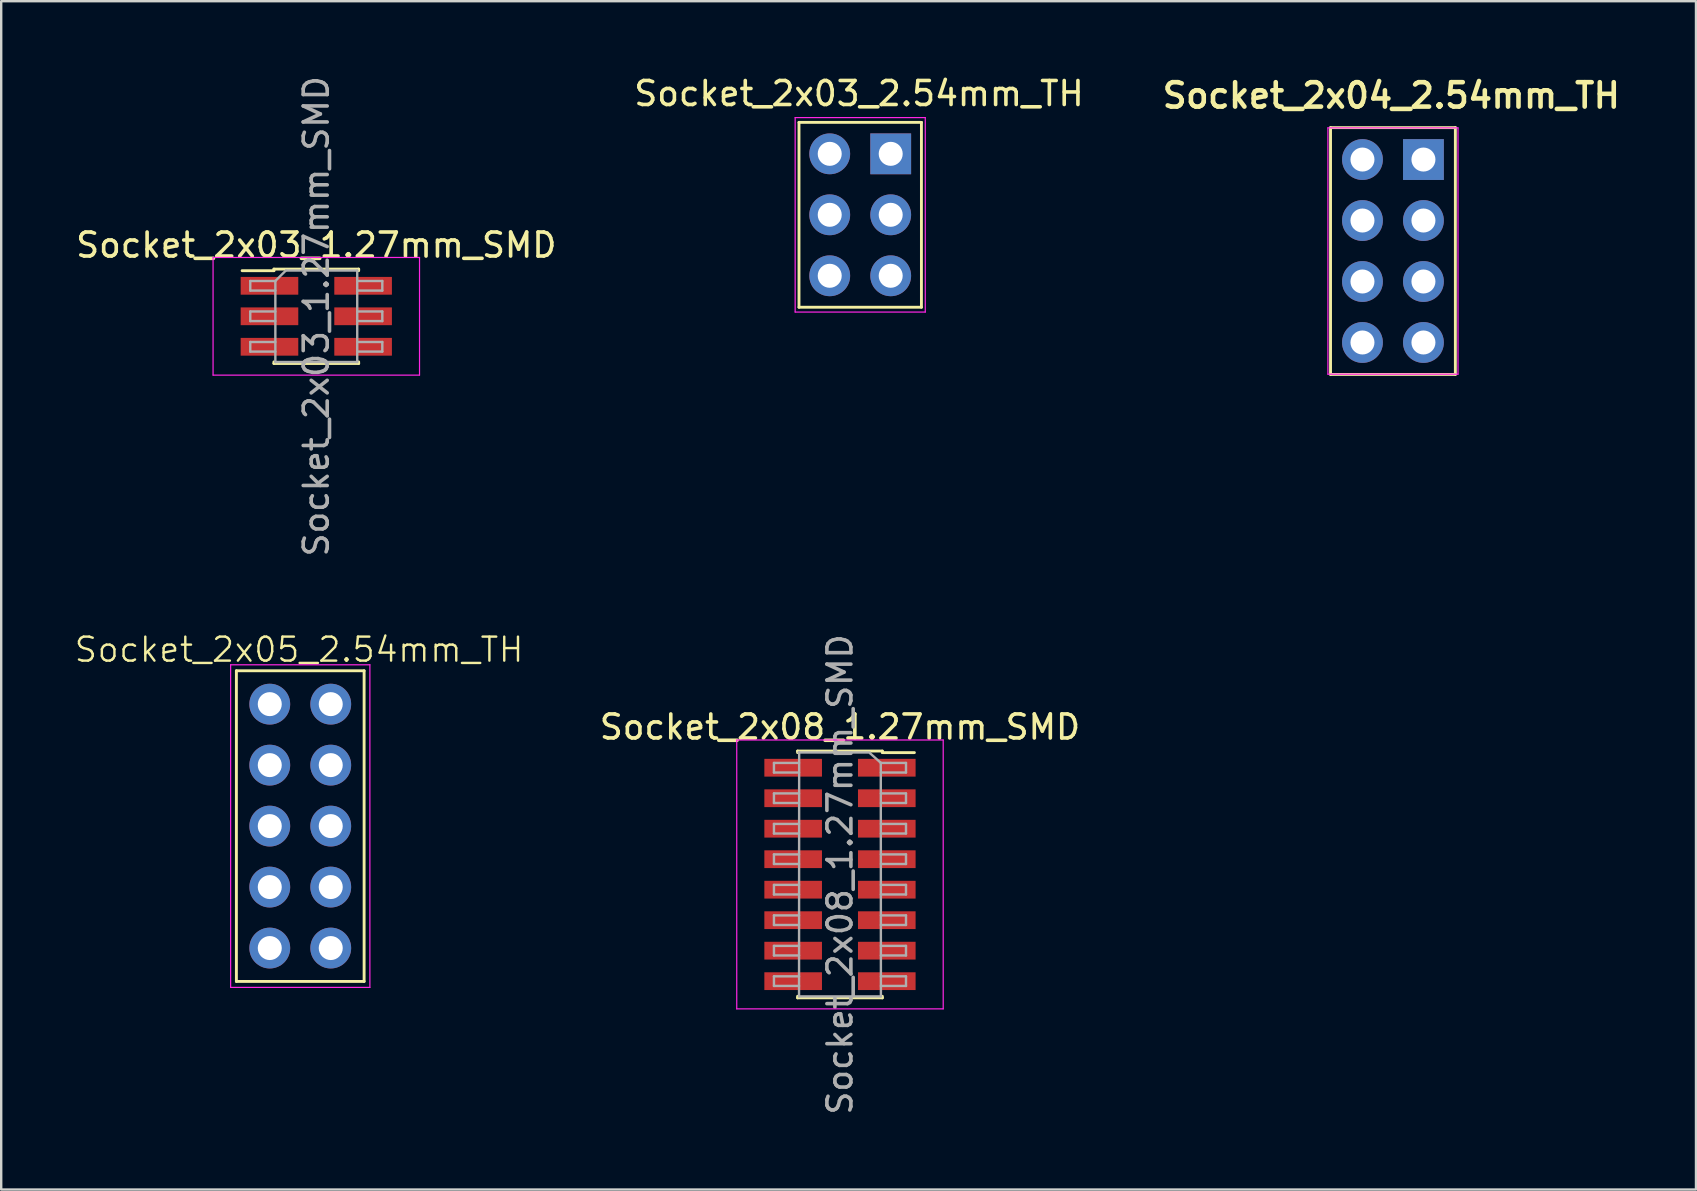
<source format=kicad_pcb>
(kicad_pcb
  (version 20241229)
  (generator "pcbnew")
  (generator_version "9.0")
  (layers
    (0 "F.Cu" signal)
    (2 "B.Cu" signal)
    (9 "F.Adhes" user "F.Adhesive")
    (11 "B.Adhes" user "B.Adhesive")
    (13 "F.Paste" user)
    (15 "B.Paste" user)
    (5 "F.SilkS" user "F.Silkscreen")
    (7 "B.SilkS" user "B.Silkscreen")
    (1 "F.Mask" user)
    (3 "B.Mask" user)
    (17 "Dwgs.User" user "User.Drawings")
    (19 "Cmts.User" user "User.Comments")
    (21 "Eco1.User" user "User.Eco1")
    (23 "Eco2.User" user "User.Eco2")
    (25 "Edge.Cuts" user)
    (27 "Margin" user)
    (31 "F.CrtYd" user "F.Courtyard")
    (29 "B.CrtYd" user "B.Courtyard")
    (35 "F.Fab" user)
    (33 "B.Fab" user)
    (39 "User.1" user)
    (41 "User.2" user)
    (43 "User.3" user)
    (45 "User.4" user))
  (footprint "Socket_2x03_2.54mm_TH"
    (layer "F.Cu")
    (at 32.782 5.898)
    (property "Reference" "Socket_2x03_2.54mm_TH" (at -0.05 -5.05 0) (layer "F.SilkS") (effects (font (size 1 1) (thickness 0.15))))
    (attr through_hole)
    (fp_line (start -2.55 -3.85) (end 2.55 -3.85) (stroke (width 0.12) (type solid)) (layer "F.SilkS"))
    (fp_line (start -2.55 3.85) (end -2.55 -3.85) (stroke (width 0.12) (type solid)) (layer "F.SilkS"))
    (fp_line (start 2.55 -3.85) (end 2.55 3.85) (stroke (width 0.12) (type solid)) (layer "F.SilkS"))
    (fp_line (start 2.55 3.85) (end -2.55 3.85) (stroke (width 0.12) (type solid)) (layer "F.SilkS"))
    (fp_line (start -2.71 -4.05) (end 2.71 -4.05) (stroke (width 0.05) (type solid)) (layer "F.CrtYd"))
    (fp_line (start -2.71 4.05) (end -2.71 -4.05) (stroke (width 0.05) (type solid)) (layer "F.CrtYd"))
    (fp_line (start -2.71 4.05) (end 2.71 4.05) (stroke (width 0.05) (type solid)) (layer "F.CrtYd"))
    (fp_line (start 2.71 4.05) (end 2.71 -4.05) (stroke (width 0.05) (type solid)) (layer "F.CrtYd"))
    (pad "1" thru_hole rect (at 1.27 -2.54) (size 1.7 1.7) (drill 1) (layers "*.Cu" "*.Mask"))
    (pad "2" thru_hole circle (at -1.27 -2.54) (size 1.7 1.7) (drill 1) (layers "*.Cu" "*.Mask"))
    (pad "3" thru_hole oval (at 1.27 0) (size 1.7 1.7) (drill 1) (layers "*.Cu" "*.Mask"))
    (pad "4" thru_hole oval (at -1.27 0) (size 1.7 1.7) (drill 1) (layers "*.Cu" "*.Mask"))
    (pad "5" thru_hole oval (at 1.27 2.54) (size 1.7 1.7) (drill 1) (layers "*.Cu" "*.Mask"))
    (pad "6" thru_hole oval (at -1.27 2.54) (size 1.7 1.7) (drill 1) (layers "*.Cu" "*.Mask")))
  (footprint "Socket_2x03_1.27mm_SMD"
    (layer "F.Cu")
    (at 10.125 10.125)
    (property "Reference" "Socket_2x03_1.27mm_SMD" (at 0 -2.965 0) (layer "F.SilkS") (effects (font (size 1 1) (thickness 0.15))))
    (attr smd)
    (fp_line (start -3.09 -1.9) (end -1.765 -1.9) (stroke (width 0.12) (type solid)) (layer "F.SilkS"))
    (fp_line (start -1.765 -1.965) (end -1.765 -1.9) (stroke (width 0.12) (type solid)) (layer "F.SilkS"))
    (fp_line (start -1.765 -1.965) (end 1.765 -1.965) (stroke (width 0.12) (type solid)) (layer "F.SilkS"))
    (fp_line (start -1.765 1.9) (end -1.765 1.965) (stroke (width 0.12) (type solid)) (layer "F.SilkS"))
    (fp_line (start -1.765 1.965) (end 1.765 1.965) (stroke (width 0.12) (type solid)) (layer "F.SilkS"))
    (fp_line (start 1.765 -1.965) (end 1.765 -1.9) (stroke (width 0.12) (type solid)) (layer "F.SilkS"))
    (fp_line (start 1.765 1.9) (end 1.765 1.965) (stroke (width 0.12) (type solid)) (layer "F.SilkS"))
    (fp_line (start -4.3 -2.45) (end -4.3 2.45) (stroke (width 0.05) (type solid)) (layer "F.CrtYd"))
    (fp_line (start -4.3 2.45) (end 4.3 2.45) (stroke (width 0.05) (type solid)) (layer "F.CrtYd"))
    (fp_line (start 4.3 -2.45) (end -4.3 -2.45) (stroke (width 0.05) (type solid)) (layer "F.CrtYd"))
    (fp_line (start 4.3 2.45) (end 4.3 -2.45) (stroke (width 0.05) (type solid)) (layer "F.CrtYd"))
    (fp_line (start -2.75 -1.47) (end -2.75 -1.07) (stroke (width 0.1) (type solid)) (layer "F.Fab"))
    (fp_line (start -2.75 -1.07) (end -1.705 -1.07) (stroke (width 0.1) (type solid)) (layer "F.Fab"))
    (fp_line (start -2.75 -0.2) (end -2.75 0.2) (stroke (width 0.1) (type solid)) (layer "F.Fab"))
    (fp_line (start -2.75 0.2) (end -1.705 0.2) (stroke (width 0.1) (type solid)) (layer "F.Fab"))
    (fp_line (start -2.75 1.07) (end -2.75 1.47) (stroke (width 0.1) (type solid)) (layer "F.Fab"))
    (fp_line (start -2.75 1.47) (end -1.705 1.47) (stroke (width 0.1) (type solid)) (layer "F.Fab"))
    (fp_line (start -1.705 -1.47) (end -2.75 -1.47) (stroke (width 0.1) (type solid)) (layer "F.Fab"))
    (fp_line (start -1.705 -1.47) (end -1.27 -1.905) (stroke (width 0.1) (type solid)) (layer "F.Fab"))
    (fp_line (start -1.705 -0.2) (end -2.75 -0.2) (stroke (width 0.1) (type solid)) (layer "F.Fab"))
    (fp_line (start -1.705 1.07) (end -2.75 1.07) (stroke (width 0.1) (type solid)) (layer "F.Fab"))
    (fp_line (start -1.705 1.905) (end -1.705 -1.47) (stroke (width 0.1) (type solid)) (layer "F.Fab"))
    (fp_line (start -1.27 -1.905) (end 1.705 -1.905) (stroke (width 0.1) (type solid)) (layer "F.Fab"))
    (fp_line (start 1.705 -1.905) (end 1.705 1.905) (stroke (width 0.1) (type solid)) (layer "F.Fab"))
    (fp_line (start 1.705 -1.47) (end 2.75 -1.47) (stroke (width 0.1) (type solid)) (layer "F.Fab"))
    (fp_line (start 1.705 -0.2) (end 2.75 -0.2) (stroke (width 0.1) (type solid)) (layer "F.Fab"))
    (fp_line (start 1.705 1.07) (end 2.75 1.07) (stroke (width 0.1) (type solid)) (layer "F.Fab"))
    (fp_line (start 1.705 1.905) (end -1.705 1.905) (stroke (width 0.1) (type solid)) (layer "F.Fab"))
    (fp_line (start 2.75 -1.47) (end 2.75 -1.07) (stroke (width 0.1) (type solid)) (layer "F.Fab"))
    (fp_line (start 2.75 -1.07) (end 1.705 -1.07) (stroke (width 0.1) (type solid)) (layer "F.Fab"))
    (fp_line (start 2.75 -0.2) (end 2.75 0.2) (stroke (width 0.1) (type solid)) (layer "F.Fab"))
    (fp_line (start 2.75 0.2) (end 1.705 0.2) (stroke (width 0.1) (type solid)) (layer "F.Fab"))
    (fp_line (start 2.75 1.07) (end 2.75 1.47) (stroke (width 0.1) (type solid)) (layer "F.Fab"))
    (fp_line (start 2.75 1.47) (end 1.705 1.47) (stroke (width 0.1) (type solid)) (layer "F.Fab"))
    (fp_text user "${REFERENCE}" (at 0 0 90) (layer "F.Fab") (effects (font (size 1 1) (thickness 0.15))))
    (pad "1" smd rect (at 1.95 -1.27) (size 2.4 0.74) (layers "F.Cu" "F.Mask" "F.Paste"))
    (pad "2" smd rect (at -1.95 -1.27) (size 2.4 0.74) (layers "F.Cu" "F.Mask" "F.Paste"))
    (pad "3" smd rect (at 1.95 0) (size 2.4 0.74) (layers "F.Cu" "F.Mask" "F.Paste"))
    (pad "4" smd rect (at -1.95 0) (size 2.4 0.74) (layers "F.Cu" "F.Mask" "F.Paste"))
    (pad "5" smd rect (at 1.95 1.27) (size 2.4 0.74) (layers "F.Cu" "F.Mask" "F.Paste"))
    (pad "6" smd rect (at -1.95 1.27) (size 2.4 0.74) (layers "F.Cu" "F.Mask" "F.Paste")))
  (footprint "Socket_2x05_2.54mm_TH"
    (layer "F.Cu")
    (at 9.457 31.361)
    (property "Reference" "Socket_2x05_2.54mm_TH" (at -0.05 -7.35 0) (layer "F.SilkS") (effects (font (size 1 1) (thickness 0.1))))
    (attr through_hole)
    (fp_line (start -2.66 -6.47) (end -2.66 6.47) (stroke (width 0.12) (type solid)) (layer "F.SilkS"))
    (fp_line (start -2.66 6.47) (end 2.66 6.47) (stroke (width 0.12) (type solid)) (layer "F.SilkS"))
    (fp_line (start 2.66 -6.47) (end -2.66 -6.47) (stroke (width 0.12) (type solid)) (layer "F.SilkS"))
    (fp_line (start 2.66 6.47) (end 2.66 -6.47) (stroke (width 0.12) (type solid)) (layer "F.SilkS"))
    (fp_line (start -2.9 -6.72) (end -2.9 6.72) (stroke (width 0.05) (type solid)) (layer "F.CrtYd"))
    (fp_line (start -2.9 6.72) (end 2.9 6.72) (stroke (width 0.05) (type solid)) (layer "F.CrtYd"))
    (fp_line (start 2.9 -6.72) (end -2.9 -6.72) (stroke (width 0.05) (type solid)) (layer "F.CrtYd"))
    (fp_line (start 2.9 6.72) (end 2.9 -6.72) (stroke (width 0.05) (type solid)) (layer "F.CrtYd"))
    (pad "1" thru_hole oval (at -1.27 -5.08) (size 1.7 1.7) (drill 1) (layers "*.Cu" "*.Mask"))
    (pad "2" thru_hole oval (at 1.27 -5.08) (size 1.7 1.7) (drill 1) (layers "*.Cu" "*.Mask"))
    (pad "3" thru_hole oval (at -1.27 -2.54) (size 1.7 1.7) (drill 1) (layers "*.Cu" "*.Mask"))
    (pad "4" thru_hole oval (at 1.27 -2.54) (size 1.7 1.7) (drill 1) (layers "*.Cu" "*.Mask"))
    (pad "5" thru_hole oval (at -1.27 0) (size 1.7 1.7) (drill 1) (layers "*.Cu" "*.Mask"))
    (pad "6" thru_hole oval (at 1.27 0) (size 1.7 1.7) (drill 1) (layers "*.Cu" "*.Mask"))
    (pad "7" thru_hole oval (at -1.27 2.54) (size 1.7 1.7) (drill 1) (layers "*.Cu" "*.Mask"))
    (pad "8" thru_hole oval (at 1.27 2.54) (size 1.7 1.7) (drill 1) (layers "*.Cu" "*.Mask"))
    (pad "9" thru_hole oval (at -1.27 5.08) (size 1.7 1.7) (drill 1) (layers "*.Cu" "*.Mask"))
    (pad "10" thru_hole oval (at 1.27 5.08) (size 1.7 1.7) (drill 1) (layers "*.Cu" "*.Mask")))
  (footprint "Socket_2x08_1.27mm_SMD"
    (layer "F.Cu")
    (at 31.939 33.375)
    (property "Reference" "Socket_2x08_1.27mm_SMD" (at 0 -6.14 0) (layer "F.SilkS") (effects (font (size 1 1) (thickness 0.15))))
    (attr smd)
    (fp_line (start -1.765 -5.14) (end -1.765 -5.075) (stroke (width 0.12) (type solid)) (layer "F.SilkS"))
    (fp_line (start -1.765 -5.14) (end 1.765 -5.14) (stroke (width 0.12) (type solid)) (layer "F.SilkS"))
    (fp_line (start -1.765 5.075) (end -1.765 5.14) (stroke (width 0.12) (type solid)) (layer "F.SilkS"))
    (fp_line (start -1.765 5.14) (end 1.765 5.14) (stroke (width 0.12) (type solid)) (layer "F.SilkS"))
    (fp_line (start 1.765 -5.14) (end 1.765 -5.075) (stroke (width 0.12) (type solid)) (layer "F.SilkS"))
    (fp_line (start 1.765 5.075) (end 1.765 5.14) (stroke (width 0.12) (type solid)) (layer "F.SilkS"))
    (fp_line (start 1.775 -5.075) (end 3.1 -5.075) (stroke (width 0.12) (type solid)) (layer "F.SilkS"))
    (fp_line (start -4.3 -5.6) (end -4.3 5.6) (stroke (width 0.05) (type solid)) (layer "F.CrtYd"))
    (fp_line (start -4.3 5.6) (end 4.3 5.6) (stroke (width 0.05) (type solid)) (layer "F.CrtYd"))
    (fp_line (start 4.3 -5.6) (end -4.3 -5.6) (stroke (width 0.05) (type solid)) (layer "F.CrtYd"))
    (fp_line (start 4.3 5.6) (end 4.3 -5.6) (stroke (width 0.05) (type solid)) (layer "F.CrtYd"))
    (fp_line (start -2.75 -4.645) (end -2.75 -4.245) (stroke (width 0.1) (type solid)) (layer "F.Fab"))
    (fp_line (start -2.75 -4.245) (end -1.705 -4.245) (stroke (width 0.1) (type solid)) (layer "F.Fab"))
    (fp_line (start -2.75 -3.375) (end -2.75 -2.975) (stroke (width 0.1) (type solid)) (layer "F.Fab"))
    (fp_line (start -2.75 -2.975) (end -1.705 -2.975) (stroke (width 0.1) (type solid)) (layer "F.Fab"))
    (fp_line (start -2.75 -2.105) (end -2.75 -1.705) (stroke (width 0.1) (type solid)) (layer "F.Fab"))
    (fp_line (start -2.75 -1.705) (end -1.705 -1.705) (stroke (width 0.1) (type solid)) (layer "F.Fab"))
    (fp_line (start -2.75 -0.835) (end -2.75 -0.435) (stroke (width 0.1) (type solid)) (layer "F.Fab"))
    (fp_line (start -2.75 -0.435) (end -1.705 -0.435) (stroke (width 0.1) (type solid)) (layer "F.Fab"))
    (fp_line (start -2.75 0.435) (end -2.75 0.835) (stroke (width 0.1) (type solid)) (layer "F.Fab"))
    (fp_line (start -2.75 0.835) (end -1.705 0.835) (stroke (width 0.1) (type solid)) (layer "F.Fab"))
    (fp_line (start -2.75 1.705) (end -2.75 2.105) (stroke (width 0.1) (type solid)) (layer "F.Fab"))
    (fp_line (start -2.75 2.105) (end -1.705 2.105) (stroke (width 0.1) (type solid)) (layer "F.Fab"))
    (fp_line (start -2.75 2.975) (end -2.75 3.375) (stroke (width 0.1) (type solid)) (layer "F.Fab"))
    (fp_line (start -2.75 3.375) (end -1.705 3.375) (stroke (width 0.1) (type solid)) (layer "F.Fab"))
    (fp_line (start -2.75 4.245) (end -2.75 4.645) (stroke (width 0.1) (type solid)) (layer "F.Fab"))
    (fp_line (start -2.75 4.645) (end -1.705 4.645) (stroke (width 0.1) (type solid)) (layer "F.Fab"))
    (fp_line (start -1.725 -5.08) (end 1.25 -5.08) (stroke (width 0.1) (type solid)) (layer "F.Fab"))
    (fp_line (start -1.705 -4.645) (end -2.75 -4.645) (stroke (width 0.1) (type solid)) (layer "F.Fab"))
    (fp_line (start -1.705 -3.375) (end -2.75 -3.375) (stroke (width 0.1) (type solid)) (layer "F.Fab"))
    (fp_line (start -1.705 -2.105) (end -2.75 -2.105) (stroke (width 0.1) (type solid)) (layer "F.Fab"))
    (fp_line (start -1.705 -0.835) (end -2.75 -0.835) (stroke (width 0.1) (type solid)) (layer "F.Fab"))
    (fp_line (start -1.705 0.435) (end -2.75 0.435) (stroke (width 0.1) (type solid)) (layer "F.Fab"))
    (fp_line (start -1.705 1.705) (end -2.75 1.705) (stroke (width 0.1) (type solid)) (layer "F.Fab"))
    (fp_line (start -1.705 2.975) (end -2.75 2.975) (stroke (width 0.1) (type solid)) (layer "F.Fab"))
    (fp_line (start -1.705 4.245) (end -2.75 4.245) (stroke (width 0.1) (type solid)) (layer "F.Fab"))
    (fp_line (start -1.705 5.08) (end -1.7 -5.1) (stroke (width 0.1) (type solid)) (layer "F.Fab"))
    (fp_line (start 1.7 -4.65) (end 1.705 5.08) (stroke (width 0.1) (type solid)) (layer "F.Fab"))
    (fp_line (start 1.705 -4.645) (end 1.25 -5.05) (stroke (width 0.1) (type solid)) (layer "F.Fab"))
    (fp_line (start 1.705 -4.645) (end 2.75 -4.645) (stroke (width 0.1) (type solid)) (layer "F.Fab"))
    (fp_line (start 1.705 -3.375) (end 2.75 -3.375) (stroke (width 0.1) (type solid)) (layer "F.Fab"))
    (fp_line (start 1.705 -2.105) (end 2.75 -2.105) (stroke (width 0.1) (type solid)) (layer "F.Fab"))
    (fp_line (start 1.705 -0.835) (end 2.75 -0.835) (stroke (width 0.1) (type solid)) (layer "F.Fab"))
    (fp_line (start 1.705 0.435) (end 2.75 0.435) (stroke (width 0.1) (type solid)) (layer "F.Fab"))
    (fp_line (start 1.705 1.705) (end 2.75 1.705) (stroke (width 0.1) (type solid)) (layer "F.Fab"))
    (fp_line (start 1.705 2.975) (end 2.75 2.975) (stroke (width 0.1) (type solid)) (layer "F.Fab"))
    (fp_line (start 1.705 4.245) (end 2.75 4.245) (stroke (width 0.1) (type solid)) (layer "F.Fab"))
    (fp_line (start 1.705 5.08) (end -1.705 5.08) (stroke (width 0.1) (type solid)) (layer "F.Fab"))
    (fp_line (start 2.75 -4.645) (end 2.75 -4.245) (stroke (width 0.1) (type solid)) (layer "F.Fab"))
    (fp_line (start 2.75 -4.245) (end 1.705 -4.245) (stroke (width 0.1) (type solid)) (layer "F.Fab"))
    (fp_line (start 2.75 -3.375) (end 2.75 -2.975) (stroke (width 0.1) (type solid)) (layer "F.Fab"))
    (fp_line (start 2.75 -2.975) (end 1.705 -2.975) (stroke (width 0.1) (type solid)) (layer "F.Fab"))
    (fp_line (start 2.75 -2.105) (end 2.75 -1.705) (stroke (width 0.1) (type solid)) (layer "F.Fab"))
    (fp_line (start 2.75 -1.705) (end 1.705 -1.705) (stroke (width 0.1) (type solid)) (layer "F.Fab"))
    (fp_line (start 2.75 -0.835) (end 2.75 -0.435) (stroke (width 0.1) (type solid)) (layer "F.Fab"))
    (fp_line (start 2.75 -0.435) (end 1.705 -0.435) (stroke (width 0.1) (type solid)) (layer "F.Fab"))
    (fp_line (start 2.75 0.435) (end 2.75 0.835) (stroke (width 0.1) (type solid)) (layer "F.Fab"))
    (fp_line (start 2.75 0.835) (end 1.705 0.835) (stroke (width 0.1) (type solid)) (layer "F.Fab"))
    (fp_line (start 2.75 1.705) (end 2.75 2.105) (stroke (width 0.1) (type solid)) (layer "F.Fab"))
    (fp_line (start 2.75 2.105) (end 1.705 2.105) (stroke (width 0.1) (type solid)) (layer "F.Fab"))
    (fp_line (start 2.75 2.975) (end 2.75 3.375) (stroke (width 0.1) (type solid)) (layer "F.Fab"))
    (fp_line (start 2.75 3.375) (end 1.705 3.375) (stroke (width 0.1) (type solid)) (layer "F.Fab"))
    (fp_line (start 2.75 4.245) (end 2.75 4.645) (stroke (width 0.1) (type solid)) (layer "F.Fab"))
    (fp_line (start 2.75 4.645) (end 1.705 4.645) (stroke (width 0.1) (type solid)) (layer "F.Fab"))
    (fp_text user "${REFERENCE}" (at 0 0 90) (layer "F.Fab") (effects (font (size 1 1) (thickness 0.15))))
    (pad "1" smd rect (at 1.95 -4.445) (size 2.4 0.74) (layers "F.Cu" "F.Mask" "F.Paste"))
    (pad "2" smd rect (at -1.95 -4.445) (size 2.4 0.74) (layers "F.Cu" "F.Mask" "F.Paste"))
    (pad "3" smd rect (at 1.95 -3.175) (size 2.4 0.74) (layers "F.Cu" "F.Mask" "F.Paste"))
    (pad "4" smd rect (at -1.95 -3.175) (size 2.4 0.74) (layers "F.Cu" "F.Mask" "F.Paste"))
    (pad "5" smd rect (at 1.95 -1.905) (size 2.4 0.74) (layers "F.Cu" "F.Mask" "F.Paste"))
    (pad "6" smd rect (at -1.95 -1.905) (size 2.4 0.74) (layers "F.Cu" "F.Mask" "F.Paste"))
    (pad "7" smd rect (at 1.95 -0.635) (size 2.4 0.74) (layers "F.Cu" "F.Mask" "F.Paste"))
    (pad "8" smd rect (at -1.95 -0.635) (size 2.4 0.74) (layers "F.Cu" "F.Mask" "F.Paste"))
    (pad "9" smd rect (at 1.95 0.635) (size 2.4 0.74) (layers "F.Cu" "F.Mask" "F.Paste"))
    (pad "10" smd rect (at -1.95 0.635) (size 2.4 0.74) (layers "F.Cu" "F.Mask" "F.Paste"))
    (pad "11" smd rect (at 1.95 1.905) (size 2.4 0.74) (layers "F.Cu" "F.Mask" "F.Paste"))
    (pad "12" smd rect (at -1.95 1.905) (size 2.4 0.74) (layers "F.Cu" "F.Mask" "F.Paste"))
    (pad "13" smd rect (at 1.95 3.175) (size 2.4 0.74) (layers "F.Cu" "F.Mask" "F.Paste"))
    (pad "14" smd rect (at -1.95 3.175) (size 2.4 0.74) (layers "F.Cu" "F.Mask" "F.Paste"))
    (pad "15" smd rect (at 1.95 4.445) (size 2.4 0.74) (layers "F.Cu" "F.Mask" "F.Paste"))
    (pad "16" smd rect (at -1.95 4.445) (size 2.4 0.74) (layers "F.Cu" "F.Mask" "F.Paste")))
  (footprint "Socket_2x04_2.54mm_TH"
    (layer "F.Cu")
    (at 54.973 7.406)
    (property "Reference" "Socket_2x04_2.54mm_TH" (at -0.068 -6.477 0) (layer "F.SilkS") (effects (font (size 1.016 1.016) (thickness 0.191))))
    (attr through_hole)
    (fp_line (start -2.6 -5.14) (end 2.6 -5.14) (stroke (width 0.12) (type solid)) (layer "F.SilkS"))
    (fp_line (start -2.6 5.14) (end -2.6 -5.14) (stroke (width 0.12) (type solid)) (layer "F.SilkS"))
    (fp_line (start 2.6 -5.14) (end 2.6 5.14) (stroke (width 0.12) (type solid)) (layer "F.SilkS"))
    (fp_line (start 2.6 5.14) (end -2.6 5.14) (stroke (width 0.12) (type solid)) (layer "F.SilkS"))
    (fp_line (start -2.71 -5.13) (end -2.71 5.13) (stroke (width 0.05) (type solid)) (layer "F.CrtYd"))
    (fp_line (start -2.71 5.13) (end 2.71 5.13) (stroke (width 0.05) (type solid)) (layer "F.CrtYd"))
    (fp_line (start 2.71 -5.13) (end -2.71 -5.13) (stroke (width 0.05) (type solid)) (layer "F.CrtYd"))
    (fp_line (start 2.71 5.13) (end 2.71 -5.13) (stroke (width 0.05) (type solid)) (layer "F.CrtYd"))
    (pad "1" thru_hole rect (at 1.27 -3.81) (size 1.7 1.7) (drill 1) (layers "*.Cu" "*.Mask"))
    (pad "2" thru_hole oval (at -1.27 -3.81) (size 1.7 1.7) (drill 1) (layers "*.Cu" "*.Mask"))
    (pad "3" thru_hole oval (at 1.27 -1.27) (size 1.7 1.7) (drill 1) (layers "*.Cu" "*.Mask"))
    (pad "4" thru_hole oval (at -1.27 -1.27) (size 1.7 1.7) (drill 1) (layers "*.Cu" "*.Mask"))
    (pad "5" thru_hole oval (at 1.27 1.27) (size 1.7 1.7) (drill 1) (layers "*.Cu" "*.Mask"))
    (pad "6" thru_hole oval (at -1.27 1.27) (size 1.7 1.7) (drill 1) (layers "*.Cu" "*.Mask"))
    (pad "7" thru_hole oval (at 1.27 3.81) (size 1.7 1.7) (drill 1) (layers "*.Cu" "*.Mask"))
    (pad "8" thru_hole oval (at -1.27 3.81) (size 1.7 1.7) (drill 1) (layers "*.Cu" "*.Mask")))
  (gr_rect
    (start -3 -3)
    (end 67.596 46.5)
    (stroke (width 0.1) (type default))
    (fill no)
    (layer "Edge.Cuts")))
</source>
